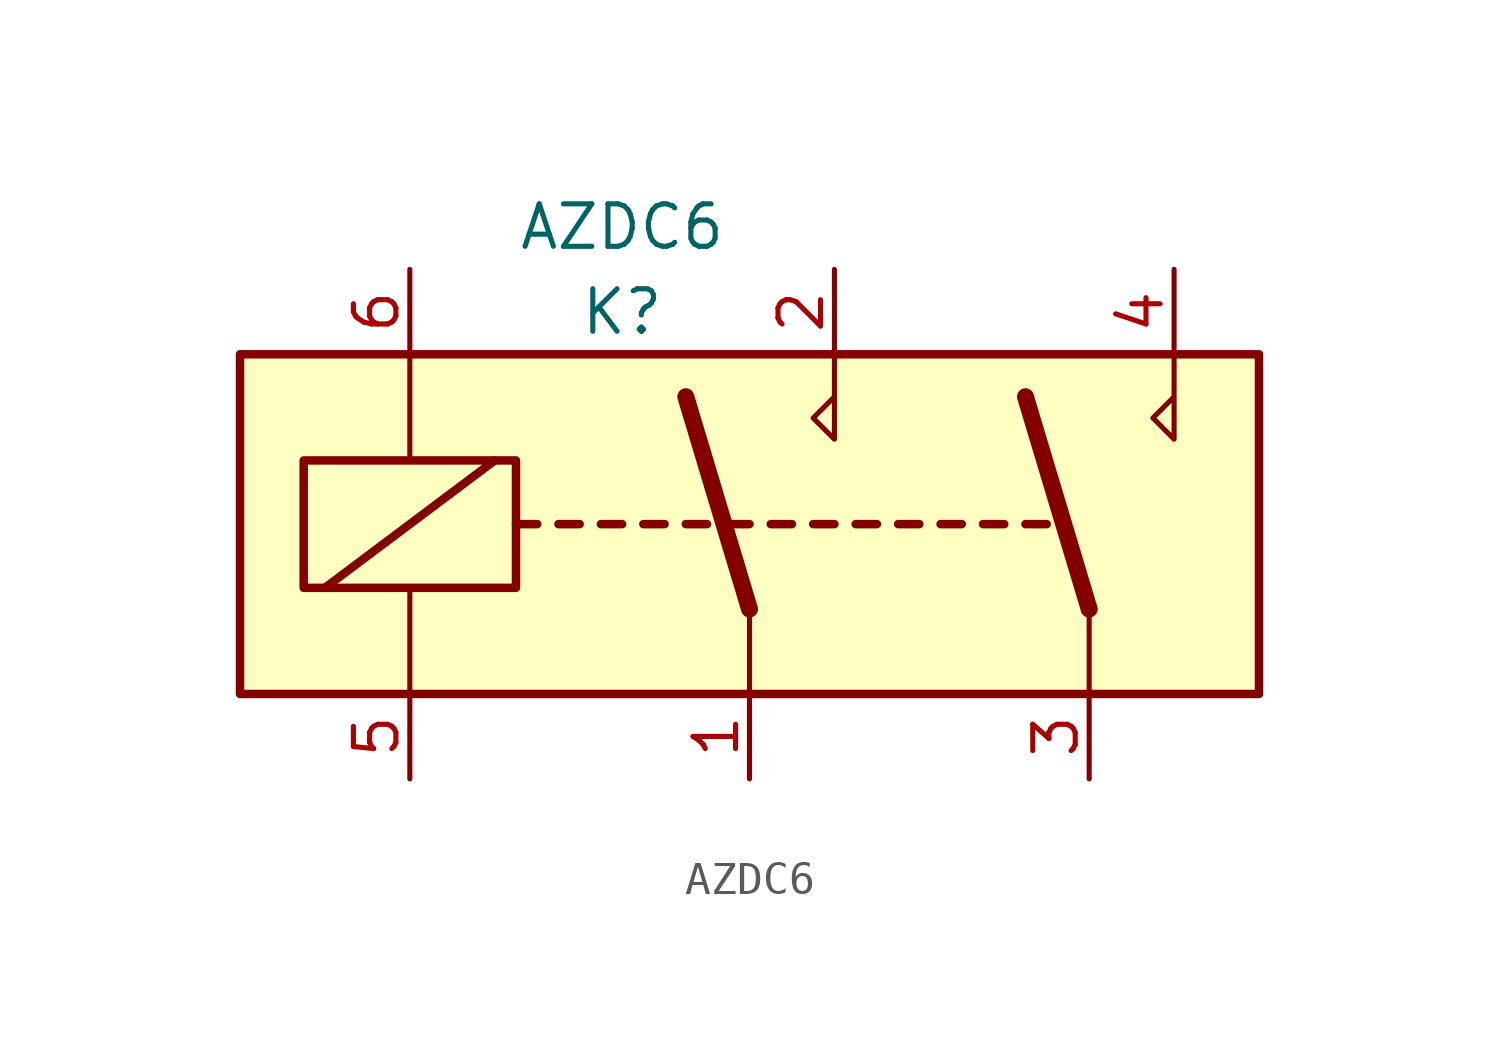
<source format=kicad_sym>
(kicad_symbol_lib
  (version 20211014)
  (generator kicad_symbol_editor)
  (symbol "AZDC6"
    (property "Reference" "K"
      (at 0 0 0)
      (effects (font (size 1.27 1.27))))
    (property "Value" "AZDC6"
      (at 0 2.54 0)
      (effects (font (size 1.27 1.27))))
    (symbol "AZDC6_0_1"
      (rectangle (start -11.43 -1.27) (end 19.05 -11.43) (stroke (width 0.254) (type default) (color 0 0 0 0)) (fill (type background)))
      (rectangle (start -9.525 -4.445) (end -3.175 -8.255) (stroke (width 0.254) (type default) (color 0 0 0 0)) (fill (type none)))
      (polyline (pts (xy -8.89 -8.255) (xy -3.81 -4.445)) (stroke (width 0.254) (type default) (color 0 0 0 0)) (fill (type none)))
      (polyline (pts (xy -6.35 -11.43) (xy -6.35 -8.255)) (stroke (width 0) (type default) (color 0 0 0 0)) (fill (type none)))
      (polyline (pts (xy -6.35 -1.27) (xy -6.35 -4.445)) (stroke (width 0) (type default) (color 0 0 0 0)) (fill (type none)))
      (polyline (pts (xy -3.175 -6.35) (xy -2.54 -6.35)) (stroke (width 0.254) (type default) (color 0 0 0 0)) (fill (type none)))
      (polyline (pts (xy -1.905 -6.35) (xy -1.27 -6.35)) (stroke (width 0.254) (type default) (color 0 0 0 0)) (fill (type none)))
      (polyline (pts (xy -0.635 -6.35) (xy 0 -6.35)) (stroke (width 0.254) (type default) (color 0 0 0 0)) (fill (type none)))
      (polyline (pts (xy 0.635 -6.35) (xy 1.27 -6.35)) (stroke (width 0.254) (type default) (color 0 0 0 0)) (fill (type none)))
      (polyline (pts (xy 1.905 -6.35) (xy 2.54 -6.35)) (stroke (width 0.254) (type default) (color 0 0 0 0)) (fill (type none)))
      (polyline (pts (xy 3.175 -6.35) (xy 3.81 -6.35)) (stroke (width 0.254) (type default) (color 0 0 0 0)) (fill (type none)))
      (polyline (pts (xy 3.81 -8.89) (xy 1.905 -2.54)) (stroke (width 0.508) (type default) (color 0 0 0 0)) (fill (type none)))
      (polyline (pts (xy 3.81 -8.89) (xy 3.81 -11.43)) (stroke (width 0) (type default) (color 0 0 0 0)) (fill (type none)))
      (polyline (pts (xy 4.445 -6.35) (xy 5.08 -6.35)) (stroke (width 0.254) (type default) (color 0 0 0 0)) (fill (type none)))
      (polyline (pts (xy 5.715 -6.35) (xy 6.35 -6.35)) (stroke (width 0.254) (type default) (color 0 0 0 0)) (fill (type none)))
      (polyline (pts (xy 6.985 -6.35) (xy 7.62 -6.35)) (stroke (width 0.254) (type default) (color 0 0 0 0)) (fill (type none)))
      (polyline (pts (xy 8.255 -6.35) (xy 8.89 -6.35)) (stroke (width 0.254) (type default) (color 0 0 0 0)) (fill (type none)))
      (polyline (pts (xy 9.525 -6.35) (xy 10.16 -6.35)) (stroke (width 0.254) (type default) (color 0 0 0 0)) (fill (type none)))
      (polyline (pts (xy 10.795 -6.35) (xy 11.43 -6.35)) (stroke (width 0.254) (type default) (color 0 0 0 0)) (fill (type none)))
      (polyline (pts (xy 12.065 -6.35) (xy 12.7 -6.35)) (stroke (width 0.254) (type default) (color 0 0 0 0)) (fill (type none)))
      (polyline (pts (xy 13.97 -8.89) (xy 12.065 -2.54)) (stroke (width 0.508) (type default) (color 0 0 0 0)) (fill (type none)))
      (polyline (pts (xy 13.97 -8.89) (xy 13.97 -11.43)) (stroke (width 0) (type default) (color 0 0 0 0)) (fill (type none)))
      (polyline (pts (xy 6.35 -1.27) (xy 6.35 -3.81) (xy 5.715 -3.175) (xy 6.35 -2.54)) (stroke (width 0) (type default) (color 0 0 0 0)) (fill (type none)))
      (polyline (pts (xy 16.51 -1.27) (xy 16.51 -3.81) (xy 15.875 -3.175) (xy 16.51 -2.54)) (stroke (width 0) (type default) (color 0 0 0 0)) (fill (type none))))
    (symbol "AZDC6_1_1"
      (pin passive line (at 3.81 -13.97 90) (length 2.54) (name "~" (effects (font (size 1.27 1.27)))) (number "1" (effects (font (size 1.27 1.27)))))
      (pin passive line (at 6.35 1.27 270) (length 2.54) (name "~" (effects (font (size 1.27 1.27)))) (number "2" (effects (font (size 1.27 1.27)))))
      (pin passive line (at 13.97 -13.97 90) (length 2.54) (name "~" (effects (font (size 1.27 1.27)))) (number "3" (effects (font (size 1.27 1.27)))))
      (pin passive line (at 16.51 1.27 270) (length 2.54) (name "~" (effects (font (size 1.27 1.27)))) (number "4" (effects (font (size 1.27 1.27)))))
      (pin passive line (at -6.35 -13.97 90) (length 2.54) (name "~" (effects (font (size 1.27 1.27)))) (number "5" (effects (font (size 1.27 1.27)))))
      (pin passive line (at -6.35 1.27 270) (length 2.54) (name "~" (effects (font (size 1.27 1.27)))) (number "6" (effects (font (size 1.27 1.27))))))))
</source>
